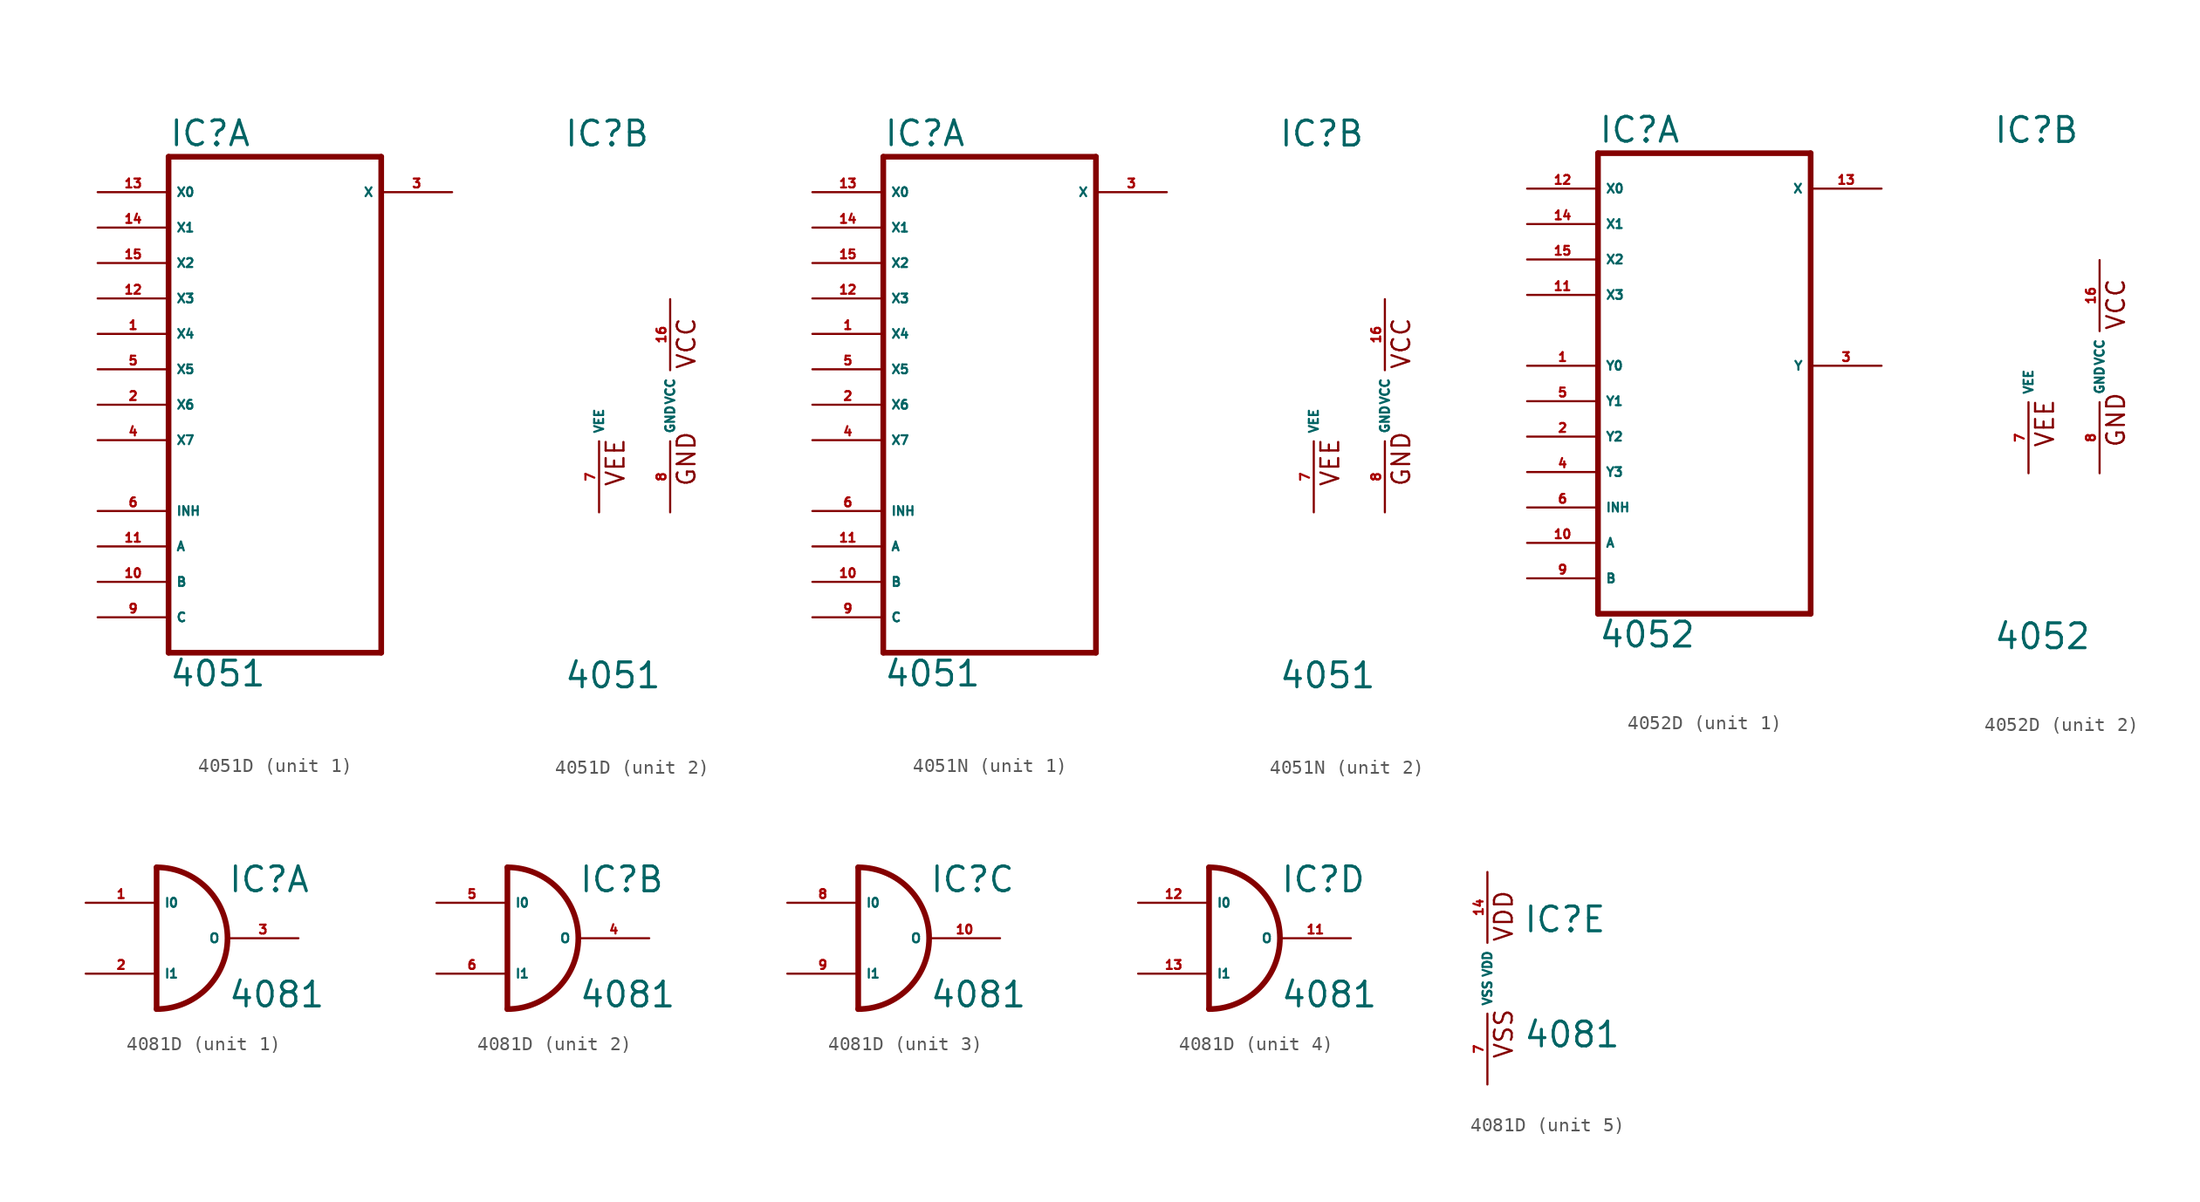
<source format=kicad_sym>
(kicad_symbol_lib
  (version 20220914)
  (generator Eagle2Kicad)
  (symbol "4051D"
    (property "Reference" "IC"
      (at -7.62 18.415 0)
      (effects (font (size 1.778 1.778) (thickness 0.22)) (justify left bottom)))
    (property "Value" "4051"
      (at -7.62 -20.32 0)
      (effects (font (size 1.778 1.778) (thickness 0.22)) (justify left bottom)))
    (symbol "4051D_1_0"
      (polyline (pts (xy -7.62 -17.78) (xy 7.62 -17.78)) (stroke (width 0.406) (type default)) (fill (type none)))
      (polyline (pts (xy 7.62 -17.78) (xy 7.62 17.78)) (stroke (width 0.406) (type default)) (fill (type none)))
      (polyline (pts (xy 7.62 17.78) (xy -7.62 17.78)) (stroke (width 0.406) (type default)) (fill (type none)))
      (polyline (pts (xy -7.62 17.78) (xy -7.62 -17.78)) (stroke (width 0.406) (type default)) (fill (type none)))
      (pin bidirectional line (at -12.7 5.08 0) (length 5.08) (name "X4" (effects (font (size 0.635 0.635) (thickness 0.08)) (justify left bottom))) (number "1" (effects (font (size 0.635 0.635) (thickness 0.08)) (justify left bottom))))
      (pin bidirectional line (at -12.7 0 0) (length 5.08) (name "X6" (effects (font (size 0.635 0.635) (thickness 0.08)) (justify left bottom))) (number "2" (effects (font (size 0.635 0.635) (thickness 0.08)) (justify left bottom))))
      (pin bidirectional line (at 12.7 15.24 180) (length 5.08) (name "X" (effects (font (size 0.635 0.635) (thickness 0.08)) (justify left bottom))) (number "3" (effects (font (size 0.635 0.635) (thickness 0.08)) (justify left bottom))))
      (pin bidirectional line (at -12.7 -2.54 0) (length 5.08) (name "X7" (effects (font (size 0.635 0.635) (thickness 0.08)) (justify left bottom))) (number "4" (effects (font (size 0.635 0.635) (thickness 0.08)) (justify left bottom))))
      (pin bidirectional line (at -12.7 2.54 0) (length 5.08) (name "X5" (effects (font (size 0.635 0.635) (thickness 0.08)) (justify left bottom))) (number "5" (effects (font (size 0.635 0.635) (thickness 0.08)) (justify left bottom))))
      (pin input line (at -12.7 -7.62 0) (length 5.08) (name "INH" (effects (font (size 0.635 0.635) (thickness 0.08)) (justify left bottom))) (number "6" (effects (font (size 0.635 0.635) (thickness 0.08)) (justify left bottom))))
      (pin input line (at -12.7 -15.24 0) (length 5.08) (name "C" (effects (font (size 0.635 0.635) (thickness 0.08)) (justify left bottom))) (number "9" (effects (font (size 0.635 0.635) (thickness 0.08)) (justify left bottom))))
      (pin input line (at -12.7 -12.7 0) (length 5.08) (name "B" (effects (font (size 0.635 0.635) (thickness 0.08)) (justify left bottom))) (number "10" (effects (font (size 0.635 0.635) (thickness 0.08)) (justify left bottom))))
      (pin input line (at -12.7 -10.16 0) (length 5.08) (name "A" (effects (font (size 0.635 0.635) (thickness 0.08)) (justify left bottom))) (number "11" (effects (font (size 0.635 0.635) (thickness 0.08)) (justify left bottom))))
      (pin bidirectional line (at -12.7 7.62 0) (length 5.08) (name "X3" (effects (font (size 0.635 0.635) (thickness 0.08)) (justify left bottom))) (number "12" (effects (font (size 0.635 0.635) (thickness 0.08)) (justify left bottom))))
      (pin bidirectional line (at -12.7 15.24 0) (length 5.08) (name "X0" (effects (font (size 0.635 0.635) (thickness 0.08)) (justify left bottom))) (number "13" (effects (font (size 0.635 0.635) (thickness 0.08)) (justify left bottom))))
      (pin bidirectional line (at -12.7 12.7 0) (length 5.08) (name "X1" (effects (font (size 0.635 0.635) (thickness 0.08)) (justify left bottom))) (number "14" (effects (font (size 0.635 0.635) (thickness 0.08)) (justify left bottom))))
      (pin bidirectional line (at -12.7 10.16 0) (length 5.08) (name "X2" (effects (font (size 0.635 0.635) (thickness 0.08)) (justify left bottom))) (number "15" (effects (font (size 0.635 0.635) (thickness 0.08)) (justify left bottom)))))
    (symbol "4051D_2_0"
      (text "VEE" (at -3.175 -5.842 900) (effects (font (size 1.27 1.27) (thickness 0.16)) (justify left bottom)))
      (text "GND" (at 1.905 -5.842 900) (effects (font (size 1.27 1.27) (thickness 0.16)) (justify left bottom)))
      (text "VCC" (at 1.905 2.54 900) (effects (font (size 1.27 1.27) (thickness 0.16)) (justify left bottom)))
      (pin unspecified line (at -5.08 -7.62 90) (length 5.08) (name "VEE" (effects (font (size 0.635 0.635) (thickness 0.08)) (justify left bottom))) (number "7" (effects (font (size 0.635 0.635) (thickness 0.08)) (justify left bottom))))
      (pin unspecified line (at 0 -7.62 90) (length 5.08) (name "GND" (effects (font (size 0.635 0.635) (thickness 0.08)) (justify left bottom))) (number "8" (effects (font (size 0.635 0.635) (thickness 0.08)) (justify left bottom))))
      (pin unspecified line (at 0 7.62 270) (length 5.08) (name "VCC" (effects (font (size 0.635 0.635) (thickness 0.08)) (justify left bottom))) (number "16" (effects (font (size 0.635 0.635) (thickness 0.08)) (justify left bottom))))))
  (symbol "4051N"
    (property "Reference" "IC"
      (at -7.62 18.415 0)
      (effects (font (size 1.778 1.778) (thickness 0.22)) (justify left bottom)))
    (property "Value" "4051"
      (at -7.62 -20.32 0)
      (effects (font (size 1.778 1.778) (thickness 0.22)) (justify left bottom)))
    (symbol "4051N_1_0"
      (polyline (pts (xy -7.62 -17.78) (xy 7.62 -17.78)) (stroke (width 0.406) (type default)) (fill (type none)))
      (polyline (pts (xy 7.62 -17.78) (xy 7.62 17.78)) (stroke (width 0.406) (type default)) (fill (type none)))
      (polyline (pts (xy 7.62 17.78) (xy -7.62 17.78)) (stroke (width 0.406) (type default)) (fill (type none)))
      (polyline (pts (xy -7.62 17.78) (xy -7.62 -17.78)) (stroke (width 0.406) (type default)) (fill (type none)))
      (pin bidirectional line (at -12.7 5.08 0) (length 5.08) (name "X4" (effects (font (size 0.635 0.635) (thickness 0.08)) (justify left bottom))) (number "1" (effects (font (size 0.635 0.635) (thickness 0.08)) (justify left bottom))))
      (pin bidirectional line (at -12.7 0 0) (length 5.08) (name "X6" (effects (font (size 0.635 0.635) (thickness 0.08)) (justify left bottom))) (number "2" (effects (font (size 0.635 0.635) (thickness 0.08)) (justify left bottom))))
      (pin bidirectional line (at 12.7 15.24 180) (length 5.08) (name "X" (effects (font (size 0.635 0.635) (thickness 0.08)) (justify left bottom))) (number "3" (effects (font (size 0.635 0.635) (thickness 0.08)) (justify left bottom))))
      (pin bidirectional line (at -12.7 -2.54 0) (length 5.08) (name "X7" (effects (font (size 0.635 0.635) (thickness 0.08)) (justify left bottom))) (number "4" (effects (font (size 0.635 0.635) (thickness 0.08)) (justify left bottom))))
      (pin bidirectional line (at -12.7 2.54 0) (length 5.08) (name "X5" (effects (font (size 0.635 0.635) (thickness 0.08)) (justify left bottom))) (number "5" (effects (font (size 0.635 0.635) (thickness 0.08)) (justify left bottom))))
      (pin input line (at -12.7 -7.62 0) (length 5.08) (name "INH" (effects (font (size 0.635 0.635) (thickness 0.08)) (justify left bottom))) (number "6" (effects (font (size 0.635 0.635) (thickness 0.08)) (justify left bottom))))
      (pin input line (at -12.7 -15.24 0) (length 5.08) (name "C" (effects (font (size 0.635 0.635) (thickness 0.08)) (justify left bottom))) (number "9" (effects (font (size 0.635 0.635) (thickness 0.08)) (justify left bottom))))
      (pin input line (at -12.7 -12.7 0) (length 5.08) (name "B" (effects (font (size 0.635 0.635) (thickness 0.08)) (justify left bottom))) (number "10" (effects (font (size 0.635 0.635) (thickness 0.08)) (justify left bottom))))
      (pin input line (at -12.7 -10.16 0) (length 5.08) (name "A" (effects (font (size 0.635 0.635) (thickness 0.08)) (justify left bottom))) (number "11" (effects (font (size 0.635 0.635) (thickness 0.08)) (justify left bottom))))
      (pin bidirectional line (at -12.7 7.62 0) (length 5.08) (name "X3" (effects (font (size 0.635 0.635) (thickness 0.08)) (justify left bottom))) (number "12" (effects (font (size 0.635 0.635) (thickness 0.08)) (justify left bottom))))
      (pin bidirectional line (at -12.7 15.24 0) (length 5.08) (name "X0" (effects (font (size 0.635 0.635) (thickness 0.08)) (justify left bottom))) (number "13" (effects (font (size 0.635 0.635) (thickness 0.08)) (justify left bottom))))
      (pin bidirectional line (at -12.7 12.7 0) (length 5.08) (name "X1" (effects (font (size 0.635 0.635) (thickness 0.08)) (justify left bottom))) (number "14" (effects (font (size 0.635 0.635) (thickness 0.08)) (justify left bottom))))
      (pin bidirectional line (at -12.7 10.16 0) (length 5.08) (name "X2" (effects (font (size 0.635 0.635) (thickness 0.08)) (justify left bottom))) (number "15" (effects (font (size 0.635 0.635) (thickness 0.08)) (justify left bottom)))))
    (symbol "4051N_2_0"
      (text "VEE" (at -3.175 -5.842 900) (effects (font (size 1.27 1.27) (thickness 0.16)) (justify left bottom)))
      (text "GND" (at 1.905 -5.842 900) (effects (font (size 1.27 1.27) (thickness 0.16)) (justify left bottom)))
      (text "VCC" (at 1.905 2.54 900) (effects (font (size 1.27 1.27) (thickness 0.16)) (justify left bottom)))
      (pin unspecified line (at -5.08 -7.62 90) (length 5.08) (name "VEE" (effects (font (size 0.635 0.635) (thickness 0.08)) (justify left bottom))) (number "7" (effects (font (size 0.635 0.635) (thickness 0.08)) (justify left bottom))))
      (pin unspecified line (at 0 -7.62 90) (length 5.08) (name "GND" (effects (font (size 0.635 0.635) (thickness 0.08)) (justify left bottom))) (number "8" (effects (font (size 0.635 0.635) (thickness 0.08)) (justify left bottom))))
      (pin unspecified line (at 0 7.62 270) (length 5.08) (name "VCC" (effects (font (size 0.635 0.635) (thickness 0.08)) (justify left bottom))) (number "16" (effects (font (size 0.635 0.635) (thickness 0.08)) (justify left bottom))))))
  (symbol "4052D"
    (property "Reference" "IC"
      (at -7.62 15.875 0)
      (effects (font (size 1.778 1.778) (thickness 0.22)) (justify left bottom)))
    (property "Value" "4052"
      (at -7.62 -20.32 0)
      (effects (font (size 1.778 1.778) (thickness 0.22)) (justify left bottom)))
    (symbol "4052D_1_0"
      (polyline (pts (xy -7.62 -17.78) (xy 7.62 -17.78)) (stroke (width 0.406) (type default)) (fill (type none)))
      (polyline (pts (xy 7.62 -17.78) (xy 7.62 15.24)) (stroke (width 0.406) (type default)) (fill (type none)))
      (polyline (pts (xy 7.62 15.24) (xy -7.62 15.24)) (stroke (width 0.406) (type default)) (fill (type none)))
      (polyline (pts (xy -7.62 15.24) (xy -7.62 -17.78)) (stroke (width 0.406) (type default)) (fill (type none)))
      (pin bidirectional line (at -12.7 0 0) (length 5.08) (name "Y0" (effects (font (size 0.635 0.635) (thickness 0.08)) (justify left bottom))) (number "1" (effects (font (size 0.635 0.635) (thickness 0.08)) (justify left bottom))))
      (pin bidirectional line (at -12.7 -5.08 0) (length 5.08) (name "Y2" (effects (font (size 0.635 0.635) (thickness 0.08)) (justify left bottom))) (number "2" (effects (font (size 0.635 0.635) (thickness 0.08)) (justify left bottom))))
      (pin bidirectional line (at 12.7 0 180) (length 5.08) (name "Y" (effects (font (size 0.635 0.635) (thickness 0.08)) (justify left bottom))) (number "3" (effects (font (size 0.635 0.635) (thickness 0.08)) (justify left bottom))))
      (pin bidirectional line (at -12.7 -7.62 0) (length 5.08) (name "Y3" (effects (font (size 0.635 0.635) (thickness 0.08)) (justify left bottom))) (number "4" (effects (font (size 0.635 0.635) (thickness 0.08)) (justify left bottom))))
      (pin bidirectional line (at -12.7 -2.54 0) (length 5.08) (name "Y1" (effects (font (size 0.635 0.635) (thickness 0.08)) (justify left bottom))) (number "5" (effects (font (size 0.635 0.635) (thickness 0.08)) (justify left bottom))))
      (pin input line (at -12.7 -10.16 0) (length 5.08) (name "INH" (effects (font (size 0.635 0.635) (thickness 0.08)) (justify left bottom))) (number "6" (effects (font (size 0.635 0.635) (thickness 0.08)) (justify left bottom))))
      (pin input line (at -12.7 -15.24 0) (length 5.08) (name "B" (effects (font (size 0.635 0.635) (thickness 0.08)) (justify left bottom))) (number "9" (effects (font (size 0.635 0.635) (thickness 0.08)) (justify left bottom))))
      (pin input line (at -12.7 -12.7 0) (length 5.08) (name "A" (effects (font (size 0.635 0.635) (thickness 0.08)) (justify left bottom))) (number "10" (effects (font (size 0.635 0.635) (thickness 0.08)) (justify left bottom))))
      (pin bidirectional line (at -12.7 5.08 0) (length 5.08) (name "X3" (effects (font (size 0.635 0.635) (thickness 0.08)) (justify left bottom))) (number "11" (effects (font (size 0.635 0.635) (thickness 0.08)) (justify left bottom))))
      (pin bidirectional line (at -12.7 12.7 0) (length 5.08) (name "X0" (effects (font (size 0.635 0.635) (thickness 0.08)) (justify left bottom))) (number "12" (effects (font (size 0.635 0.635) (thickness 0.08)) (justify left bottom))))
      (pin bidirectional line (at 12.7 12.7 180) (length 5.08) (name "X" (effects (font (size 0.635 0.635) (thickness 0.08)) (justify left bottom))) (number "13" (effects (font (size 0.635 0.635) (thickness 0.08)) (justify left bottom))))
      (pin bidirectional line (at -12.7 10.16 0) (length 5.08) (name "X1" (effects (font (size 0.635 0.635) (thickness 0.08)) (justify left bottom))) (number "14" (effects (font (size 0.635 0.635) (thickness 0.08)) (justify left bottom))))
      (pin bidirectional line (at -12.7 7.62 0) (length 5.08) (name "X2" (effects (font (size 0.635 0.635) (thickness 0.08)) (justify left bottom))) (number "15" (effects (font (size 0.635 0.635) (thickness 0.08)) (justify left bottom)))))
    (symbol "4052D_2_0"
      (text "VEE" (at -3.175 -5.842 900) (effects (font (size 1.27 1.27) (thickness 0.16)) (justify left bottom)))
      (text "GND" (at 1.905 -5.842 900) (effects (font (size 1.27 1.27) (thickness 0.16)) (justify left bottom)))
      (text "VCC" (at 1.905 2.54 900) (effects (font (size 1.27 1.27) (thickness 0.16)) (justify left bottom)))
      (pin unspecified line (at -5.08 -7.62 90) (length 5.08) (name "VEE" (effects (font (size 0.635 0.635) (thickness 0.08)) (justify left bottom))) (number "7" (effects (font (size 0.635 0.635) (thickness 0.08)) (justify left bottom))))
      (pin unspecified line (at 0 -7.62 90) (length 5.08) (name "GND" (effects (font (size 0.635 0.635) (thickness 0.08)) (justify left bottom))) (number "8" (effects (font (size 0.635 0.635) (thickness 0.08)) (justify left bottom))))
      (pin unspecified line (at 0 7.62 270) (length 5.08) (name "VCC" (effects (font (size 0.635 0.635) (thickness 0.08)) (justify left bottom))) (number "16" (effects (font (size 0.635 0.635) (thickness 0.08)) (justify left bottom))))))
  (symbol "4081D"
    (property "Reference" "IC"
      (at 2.54 3.175 0)
      (effects (font (size 1.778 1.778) (thickness 0.22)) (justify left bottom)))
    (property "Value" "4081"
      (at 2.54 -5.08 0)
      (effects (font (size 1.778 1.778) (thickness 0.22)) (justify left bottom)))
    (symbol "4081D_1_0"
      (polyline (pts (xy -2.54 5.08) (xy -2.54 -5.08)) (stroke (width 0.406) (type default)) (fill (type none)))
      (arc (start -2.54 -5.08) (mid 2.540 0.000) (end -2.54 5.08) (stroke (width 0.4064) (type default)) (fill (type none)))
      (pin input line (at -7.62 2.54 0) (length 5.08) (name "I0" (effects (font (size 0.635 0.635) (thickness 0.08)) (justify left bottom))) (number "1" (effects (font (size 0.635 0.635) (thickness 0.08)) (justify left bottom))))
      (pin input line (at -7.62 -2.54 0) (length 5.08) (name "I1" (effects (font (size 0.635 0.635) (thickness 0.08)) (justify left bottom))) (number "2" (effects (font (size 0.635 0.635) (thickness 0.08)) (justify left bottom))))
      (pin output line (at 7.62 0 180) (length 5.08) (name "O" (effects (font (size 0.635 0.635) (thickness 0.08)) (justify left bottom))) (number "3" (effects (font (size 0.635 0.635) (thickness 0.08)) (justify left bottom)))))
    (symbol "4081D_2_0"
      (polyline (pts (xy -2.54 5.08) (xy -2.54 -5.08)) (stroke (width 0.406) (type default)) (fill (type none)))
      (arc (start -2.54 -5.08) (mid 2.540 0.000) (end -2.54 5.08) (stroke (width 0.4064) (type default)) (fill (type none)))
      (pin input line (at -7.62 2.54 0) (length 5.08) (name "I0" (effects (font (size 0.635 0.635) (thickness 0.08)) (justify left bottom))) (number "5" (effects (font (size 0.635 0.635) (thickness 0.08)) (justify left bottom))))
      (pin input line (at -7.62 -2.54 0) (length 5.08) (name "I1" (effects (font (size 0.635 0.635) (thickness 0.08)) (justify left bottom))) (number "6" (effects (font (size 0.635 0.635) (thickness 0.08)) (justify left bottom))))
      (pin output line (at 7.62 0 180) (length 5.08) (name "O" (effects (font (size 0.635 0.635) (thickness 0.08)) (justify left bottom))) (number "4" (effects (font (size 0.635 0.635) (thickness 0.08)) (justify left bottom)))))
    (symbol "4081D_3_0"
      (polyline (pts (xy -2.54 5.08) (xy -2.54 -5.08)) (stroke (width 0.406) (type default)) (fill (type none)))
      (arc (start -2.54 -5.08) (mid 2.540 0.000) (end -2.54 5.08) (stroke (width 0.4064) (type default)) (fill (type none)))
      (pin input line (at -7.62 2.54 0) (length 5.08) (name "I0" (effects (font (size 0.635 0.635) (thickness 0.08)) (justify left bottom))) (number "8" (effects (font (size 0.635 0.635) (thickness 0.08)) (justify left bottom))))
      (pin input line (at -7.62 -2.54 0) (length 5.08) (name "I1" (effects (font (size 0.635 0.635) (thickness 0.08)) (justify left bottom))) (number "9" (effects (font (size 0.635 0.635) (thickness 0.08)) (justify left bottom))))
      (pin output line (at 7.62 0 180) (length 5.08) (name "O" (effects (font (size 0.635 0.635) (thickness 0.08)) (justify left bottom))) (number "10" (effects (font (size 0.635 0.635) (thickness 0.08)) (justify left bottom)))))
    (symbol "4081D_4_0"
      (polyline (pts (xy -2.54 5.08) (xy -2.54 -5.08)) (stroke (width 0.406) (type default)) (fill (type none)))
      (arc (start -2.54 -5.08) (mid 2.540 0.000) (end -2.54 5.08) (stroke (width 0.4064) (type default)) (fill (type none)))
      (pin input line (at -7.62 2.54 0) (length 5.08) (name "I0" (effects (font (size 0.635 0.635) (thickness 0.08)) (justify left bottom))) (number "12" (effects (font (size 0.635 0.635) (thickness 0.08)) (justify left bottom))))
      (pin input line (at -7.62 -2.54 0) (length 5.08) (name "I1" (effects (font (size 0.635 0.635) (thickness 0.08)) (justify left bottom))) (number "13" (effects (font (size 0.635 0.635) (thickness 0.08)) (justify left bottom))))
      (pin output line (at 7.62 0 180) (length 5.08) (name "O" (effects (font (size 0.635 0.635) (thickness 0.08)) (justify left bottom))) (number "11" (effects (font (size 0.635 0.635) (thickness 0.08)) (justify left bottom)))))
    (symbol "4081D_5_0"
      (text "VDD" (at 1.905 2.54 900) (effects (font (size 1.27 1.27) (thickness 0.16)) (justify left bottom)))
      (text "VSS" (at 1.905 -5.842 900) (effects (font (size 1.27 1.27) (thickness 0.16)) (justify left bottom)))
      (pin unspecified line (at 0 -7.62 90) (length 5.08) (name "VSS" (effects (font (size 0.635 0.635) (thickness 0.08)) (justify left bottom))) (number "7" (effects (font (size 0.635 0.635) (thickness 0.08)) (justify left bottom))))
      (pin unspecified line (at 0 7.62 270) (length 5.08) (name "VDD" (effects (font (size 0.635 0.635) (thickness 0.08)) (justify left bottom))) (number "14" (effects (font (size 0.635 0.635) (thickness 0.08)) (justify left bottom)))))))
</source>
